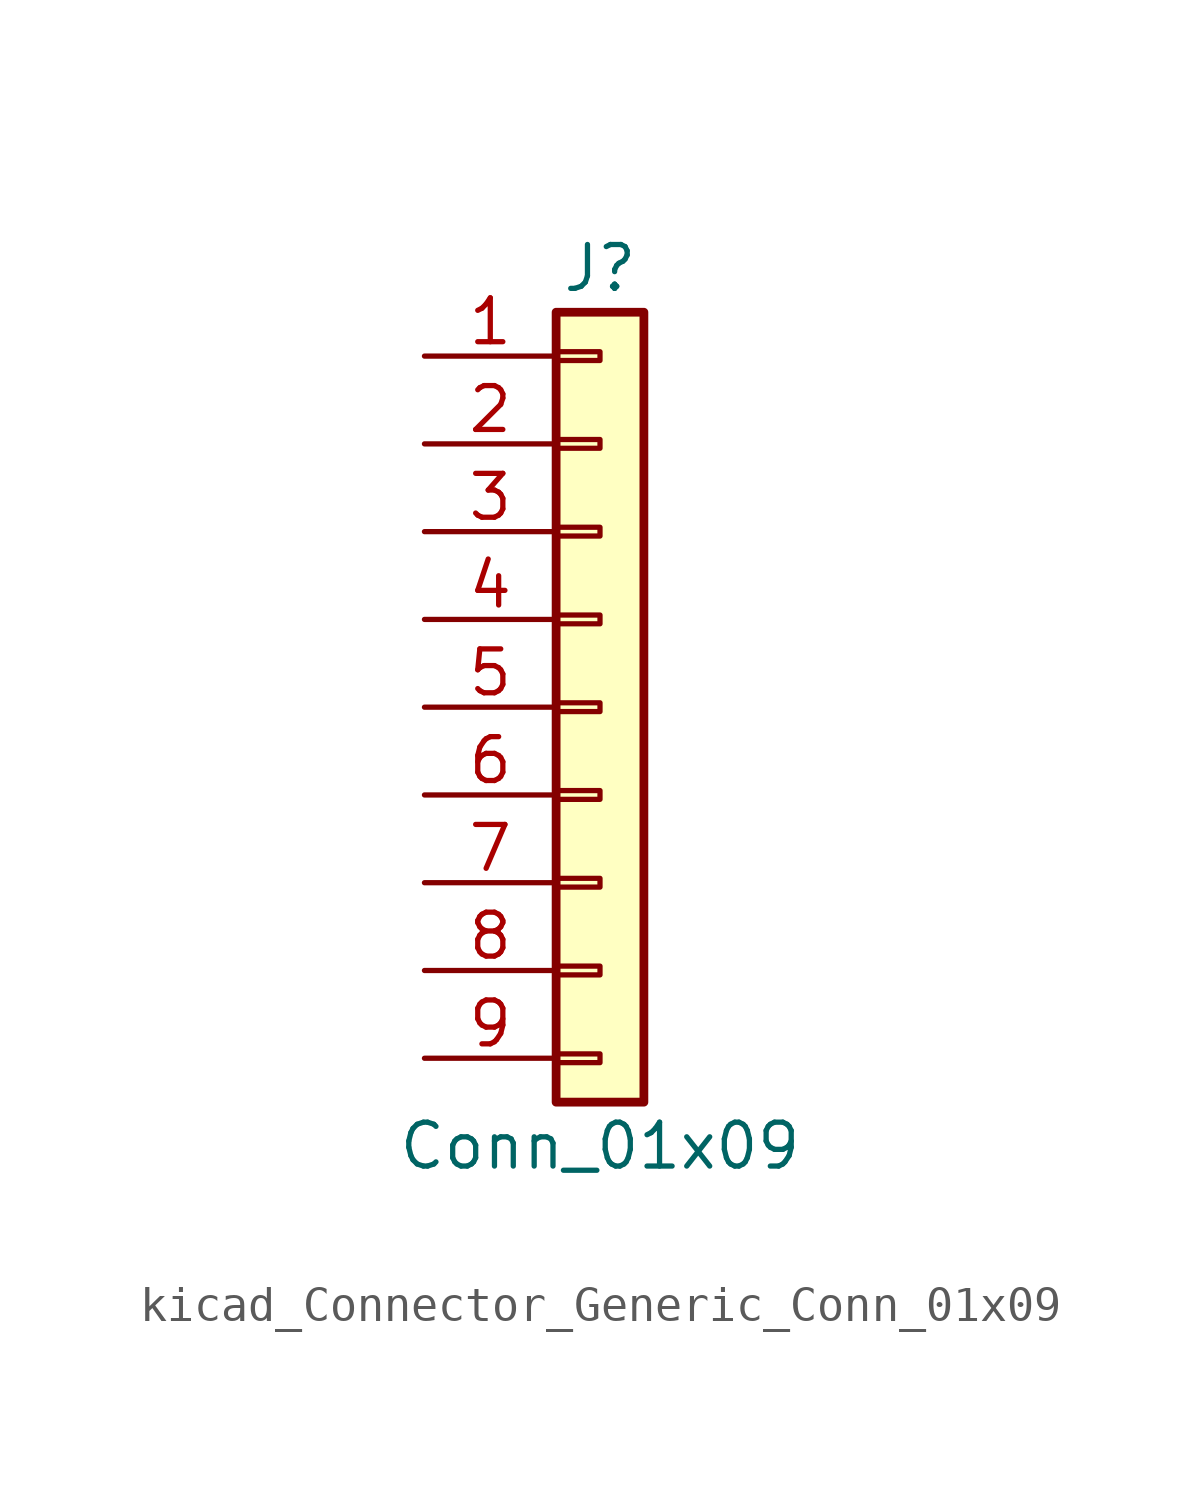
<source format=kicad_sym>
(kicad_symbol_lib
  (version 20220914)
  (generator kicad_symbol_editor)
  (symbol "kicad_Connector_Generic_Conn_01x09"
    (pin_names
      (offset 1.016) hide)
    (property "Reference" "J"
      (at 0 12.7 0)
      (effects (font (size 1.27 1.27))))
    (property "Value" "Conn_01x09"
      (at 0 -12.7 0)
      (effects (font (size 1.27 1.27))))
    (symbol "kicad_Connector_Generic_Conn_01x09_1_1"
      (rectangle (start -1.27 -10.033) (end 0 -10.287) (stroke (width 0.152) (type default)) (fill (type none)))
      (rectangle (start -1.27 -7.493) (end 0 -7.747) (stroke (width 0.152) (type default)) (fill (type none)))
      (rectangle (start -1.27 -4.953) (end 0 -5.207) (stroke (width 0.152) (type default)) (fill (type none)))
      (rectangle (start -1.27 -2.413) (end 0 -2.667) (stroke (width 0.152) (type default)) (fill (type none)))
      (rectangle (start -1.27 0.127) (end 0 -0.127) (stroke (width 0.152) (type default)) (fill (type none)))
      (rectangle (start -1.27 2.667) (end 0 2.413) (stroke (width 0.152) (type default)) (fill (type none)))
      (rectangle (start -1.27 5.207) (end 0 4.953) (stroke (width 0.152) (type default)) (fill (type none)))
      (rectangle (start -1.27 7.747) (end 0 7.493) (stroke (width 0.152) (type default)) (fill (type none)))
      (rectangle (start -1.27 10.287) (end 0 10.033) (stroke (width 0.152) (type default)) (fill (type none)))
      (rectangle (start -1.27 11.43) (end 1.27 -11.43) (stroke (width 0.254) (type default)) (fill (type background)))
      (pin passive line (at -5.08 10.16 0) (length 3.81) (name "Pin_1" (effects (font (size 1.27 1.27)))) (number "1" (effects (font (size 1.27 1.27)))))
      (pin passive line (at -5.08 7.62 0) (length 3.81) (name "Pin_2" (effects (font (size 1.27 1.27)))) (number "2" (effects (font (size 1.27 1.27)))))
      (pin passive line (at -5.08 5.08 0) (length 3.81) (name "Pin_3" (effects (font (size 1.27 1.27)))) (number "3" (effects (font (size 1.27 1.27)))))
      (pin passive line (at -5.08 2.54 0) (length 3.81) (name "Pin_4" (effects (font (size 1.27 1.27)))) (number "4" (effects (font (size 1.27 1.27)))))
      (pin passive line (at -5.08 0 0) (length 3.81) (name "Pin_5" (effects (font (size 1.27 1.27)))) (number "5" (effects (font (size 1.27 1.27)))))
      (pin passive line (at -5.08 -2.54 0) (length 3.81) (name "Pin_6" (effects (font (size 1.27 1.27)))) (number "6" (effects (font (size 1.27 1.27)))))
      (pin passive line (at -5.08 -5.08 0) (length 3.81) (name "Pin_7" (effects (font (size 1.27 1.27)))) (number "7" (effects (font (size 1.27 1.27)))))
      (pin passive line (at -5.08 -7.62 0) (length 3.81) (name "Pin_8" (effects (font (size 1.27 1.27)))) (number "8" (effects (font (size 1.27 1.27)))))
      (pin passive line (at -5.08 -10.16 0) (length 3.81) (name "Pin_9" (effects (font (size 1.27 1.27)))) (number "9" (effects (font (size 1.27 1.27))))))))
</source>
